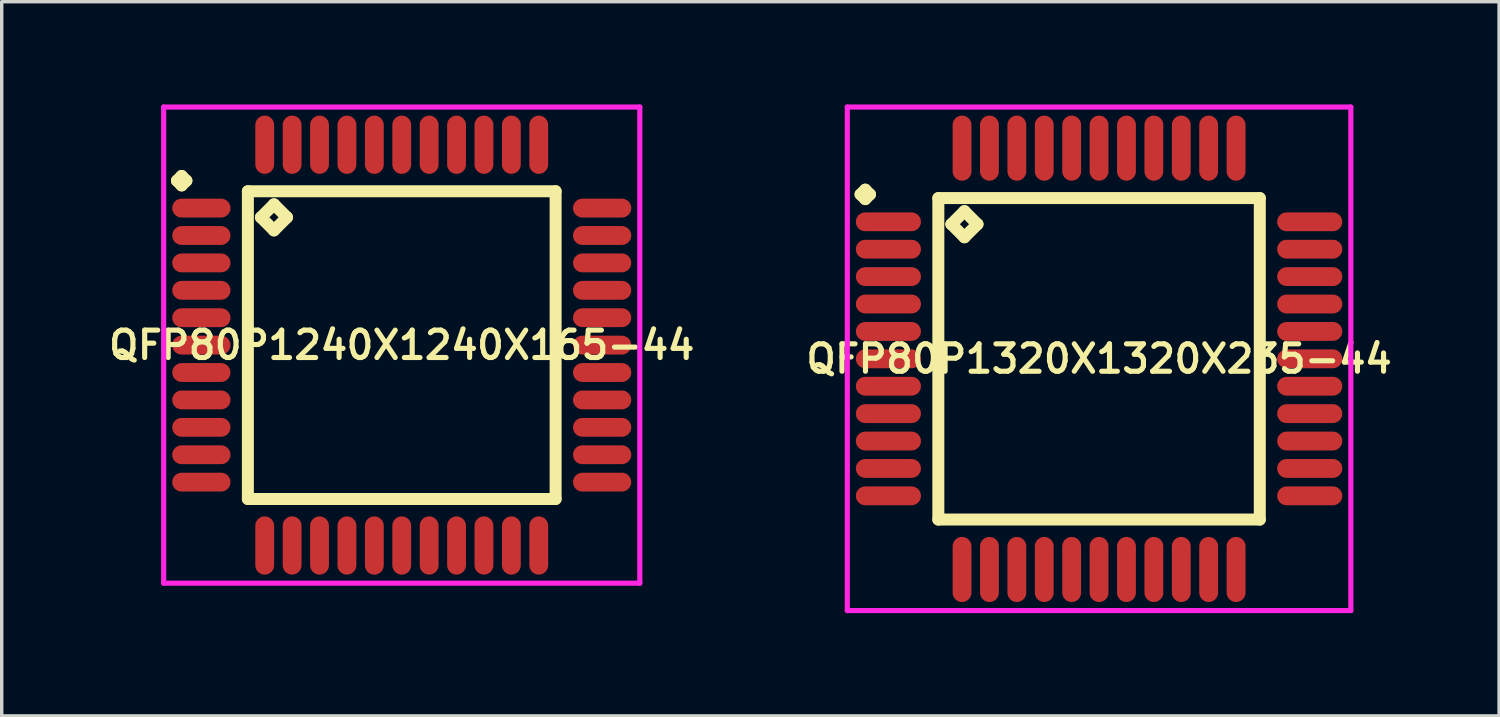
<source format=kicad_pcb>
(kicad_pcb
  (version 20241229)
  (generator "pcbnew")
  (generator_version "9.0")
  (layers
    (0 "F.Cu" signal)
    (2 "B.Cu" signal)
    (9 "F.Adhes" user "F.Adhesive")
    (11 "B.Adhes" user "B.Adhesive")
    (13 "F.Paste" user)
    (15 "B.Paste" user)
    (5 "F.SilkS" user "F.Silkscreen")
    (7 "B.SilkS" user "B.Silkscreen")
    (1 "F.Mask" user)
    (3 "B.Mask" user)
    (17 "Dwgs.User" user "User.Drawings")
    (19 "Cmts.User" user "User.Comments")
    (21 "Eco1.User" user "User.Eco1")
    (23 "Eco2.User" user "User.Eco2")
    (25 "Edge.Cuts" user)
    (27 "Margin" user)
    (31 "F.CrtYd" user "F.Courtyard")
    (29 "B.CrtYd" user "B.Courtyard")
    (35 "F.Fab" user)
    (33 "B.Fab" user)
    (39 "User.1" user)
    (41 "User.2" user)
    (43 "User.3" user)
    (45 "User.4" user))
  (footprint "QFP80P1320X1320X235-44"
    (layer "F.Cu")
    (at 29.035 7.425)
    (property "Reference" "QFP80P1320X1320X235-44" (at 0 0 0) (layer "F.SilkS") (effects (font (size 0.8 0.8) (thickness 0.15))))
    (attr smd)
    (fp_line (start -6.963 -4.8) (end -6.825 -4.938) (stroke (width 0.35) (type solid)) (layer "F.SilkS"))
    (fp_line (start -6.825 -4.938) (end -6.688 -4.8) (stroke (width 0.35) (type solid)) (layer "F.SilkS"))
    (fp_line (start -6.825 -4.662) (end -6.963 -4.8) (stroke (width 0.35) (type solid)) (layer "F.SilkS"))
    (fp_line (start -6.688 -4.8) (end -6.825 -4.662) (stroke (width 0.35) (type solid)) (layer "F.SilkS"))
    (fp_line (start -4.692 -4.692) (end -4.692 4.692) (stroke (width 0.35) (type solid)) (layer "F.SilkS"))
    (fp_line (start -4.692 4.692) (end 4.692 4.692) (stroke (width 0.35) (type solid)) (layer "F.SilkS"))
    (fp_line (start -4.311 -3.93) (end -3.93 -4.311) (stroke (width 0.35) (type solid)) (layer "F.SilkS"))
    (fp_line (start -3.93 -4.311) (end -3.549 -3.93) (stroke (width 0.35) (type solid)) (layer "F.SilkS"))
    (fp_line (start -3.93 -3.549) (end -4.311 -3.93) (stroke (width 0.35) (type solid)) (layer "F.SilkS"))
    (fp_line (start -3.549 -3.93) (end -3.93 -3.549) (stroke (width 0.35) (type solid)) (layer "F.SilkS"))
    (fp_line (start 4.692 -4.692) (end -4.692 -4.692) (stroke (width 0.35) (type solid)) (layer "F.SilkS"))
    (fp_line (start 4.692 4.692) (end 4.692 -4.692) (stroke (width 0.35) (type solid)) (layer "F.SilkS"))
    (fp_line (start -7.35 -7.35) (end 7.35 -7.35) (stroke (width 0.15) (type solid)) (layer "F.CrtYd"))
    (fp_line (start -7.35 7.35) (end -7.35 -7.35) (stroke (width 0.15) (type solid)) (layer "F.CrtYd"))
    (fp_line (start 7.35 -7.35) (end 7.35 7.35) (stroke (width 0.15) (type solid)) (layer "F.CrtYd"))
    (fp_line (start 7.35 7.35) (end -7.35 7.35) (stroke (width 0.15) (type solid)) (layer "F.CrtYd"))
    (pad "1" smd oval (at -6.15 -4) (size 1.9 0.55) (layers "F.Cu" "F.Mask" "F.Paste"))
    (pad "2" smd oval (at -6.15 -3.2) (size 1.9 0.55) (layers "F.Cu" "F.Mask" "F.Paste"))
    (pad "3" smd oval (at -6.15 -2.4) (size 1.9 0.55) (layers "F.Cu" "F.Mask" "F.Paste"))
    (pad "4" smd oval (at -6.15 -1.6) (size 1.9 0.55) (layers "F.Cu" "F.Mask" "F.Paste"))
    (pad "5" smd oval (at -6.15 -0.8) (size 1.9 0.55) (layers "F.Cu" "F.Mask" "F.Paste"))
    (pad "6" smd oval (at -6.15 0) (size 1.9 0.55) (layers "F.Cu" "F.Mask" "F.Paste"))
    (pad "7" smd oval (at -6.15 0.8) (size 1.9 0.55) (layers "F.Cu" "F.Mask" "F.Paste"))
    (pad "8" smd oval (at -6.15 1.6) (size 1.9 0.55) (layers "F.Cu" "F.Mask" "F.Paste"))
    (pad "9" smd oval (at -6.15 2.4) (size 1.9 0.55) (layers "F.Cu" "F.Mask" "F.Paste"))
    (pad "10" smd oval (at -6.15 3.2) (size 1.9 0.55) (layers "F.Cu" "F.Mask" "F.Paste"))
    (pad "11" smd oval (at -6.15 4) (size 1.9 0.55) (layers "F.Cu" "F.Mask" "F.Paste"))
    (pad "12" smd oval (at -4 6.15) (size 0.55 1.9) (layers "F.Cu" "F.Mask" "F.Paste"))
    (pad "13" smd oval (at -3.2 6.15) (size 0.55 1.9) (layers "F.Cu" "F.Mask" "F.Paste"))
    (pad "14" smd oval (at -2.4 6.15) (size 0.55 1.9) (layers "F.Cu" "F.Mask" "F.Paste"))
    (pad "15" smd oval (at -1.6 6.15) (size 0.55 1.9) (layers "F.Cu" "F.Mask" "F.Paste"))
    (pad "16" smd oval (at -0.8 6.15) (size 0.55 1.9) (layers "F.Cu" "F.Mask" "F.Paste"))
    (pad "17" smd oval (at 0 6.15) (size 0.55 1.9) (layers "F.Cu" "F.Mask" "F.Paste"))
    (pad "18" smd oval (at 0.8 6.15) (size 0.55 1.9) (layers "F.Cu" "F.Mask" "F.Paste"))
    (pad "19" smd oval (at 1.6 6.15) (size 0.55 1.9) (layers "F.Cu" "F.Mask" "F.Paste"))
    (pad "20" smd oval (at 2.4 6.15) (size 0.55 1.9) (layers "F.Cu" "F.Mask" "F.Paste"))
    (pad "21" smd oval (at 3.2 6.15) (size 0.55 1.9) (layers "F.Cu" "F.Mask" "F.Paste"))
    (pad "22" smd oval (at 4 6.15) (size 0.55 1.9) (layers "F.Cu" "F.Mask" "F.Paste"))
    (pad "23" smd oval (at 6.15 4) (size 1.9 0.55) (layers "F.Cu" "F.Mask" "F.Paste"))
    (pad "24" smd oval (at 6.15 3.2) (size 1.9 0.55) (layers "F.Cu" "F.Mask" "F.Paste"))
    (pad "25" smd oval (at 6.15 2.4) (size 1.9 0.55) (layers "F.Cu" "F.Mask" "F.Paste"))
    (pad "26" smd oval (at 6.15 1.6) (size 1.9 0.55) (layers "F.Cu" "F.Mask" "F.Paste"))
    (pad "27" smd oval (at 6.15 0.8) (size 1.9 0.55) (layers "F.Cu" "F.Mask" "F.Paste"))
    (pad "28" smd oval (at 6.15 0) (size 1.9 0.55) (layers "F.Cu" "F.Mask" "F.Paste"))
    (pad "29" smd oval (at 6.15 -0.8) (size 1.9 0.55) (layers "F.Cu" "F.Mask" "F.Paste"))
    (pad "30" smd oval (at 6.15 -1.6) (size 1.9 0.55) (layers "F.Cu" "F.Mask" "F.Paste"))
    (pad "31" smd oval (at 6.15 -2.4) (size 1.9 0.55) (layers "F.Cu" "F.Mask" "F.Paste"))
    (pad "32" smd oval (at 6.15 -3.2) (size 1.9 0.55) (layers "F.Cu" "F.Mask" "F.Paste"))
    (pad "33" smd oval (at 6.15 -4) (size 1.9 0.55) (layers "F.Cu" "F.Mask" "F.Paste"))
    (pad "34" smd oval (at 4 -6.15) (size 0.55 1.9) (layers "F.Cu" "F.Mask" "F.Paste"))
    (pad "35" smd oval (at 3.2 -6.15) (size 0.55 1.9) (layers "F.Cu" "F.Mask" "F.Paste"))
    (pad "36" smd oval (at 2.4 -6.15) (size 0.55 1.9) (layers "F.Cu" "F.Mask" "F.Paste"))
    (pad "37" smd oval (at 1.6 -6.15) (size 0.55 1.9) (layers "F.Cu" "F.Mask" "F.Paste"))
    (pad "38" smd oval (at 0.8 -6.15) (size 0.55 1.9) (layers "F.Cu" "F.Mask" "F.Paste"))
    (pad "39" smd oval (at 0 -6.15) (size 0.55 1.9) (layers "F.Cu" "F.Mask" "F.Paste"))
    (pad "40" smd oval (at -0.8 -6.15) (size 0.55 1.9) (layers "F.Cu" "F.Mask" "F.Paste"))
    (pad "41" smd oval (at -1.6 -6.15) (size 0.55 1.9) (layers "F.Cu" "F.Mask" "F.Paste"))
    (pad "42" smd oval (at -2.4 -6.15) (size 0.55 1.9) (layers "F.Cu" "F.Mask" "F.Paste"))
    (pad "43" smd oval (at -3.2 -6.15) (size 0.55 1.9) (layers "F.Cu" "F.Mask" "F.Paste"))
    (pad "44" smd oval (at -4 -6.15) (size 0.55 1.9) (layers "F.Cu" "F.Mask" "F.Paste")))
  (footprint "QFP80P1240X1240X165-44"
    (layer "F.Cu")
    (at 8.678 7.025)
    (property "Reference" "QFP80P1240X1240X165-44" (at 0 0 0) (layer "F.SilkS") (effects (font (size 0.8 0.8) (thickness 0.15))))
    (attr smd)
    (fp_line (start -6.562 -4.8) (end -6.425 -4.938) (stroke (width 0.35) (type solid)) (layer "F.SilkS"))
    (fp_line (start -6.425 -4.938) (end -6.287 -4.8) (stroke (width 0.35) (type solid)) (layer "F.SilkS"))
    (fp_line (start -6.425 -4.662) (end -6.562 -4.8) (stroke (width 0.35) (type solid)) (layer "F.SilkS"))
    (fp_line (start -6.287 -4.8) (end -6.425 -4.662) (stroke (width 0.35) (type solid)) (layer "F.SilkS"))
    (fp_line (start -4.492 -4.492) (end -4.492 4.492) (stroke (width 0.35) (type solid)) (layer "F.SilkS"))
    (fp_line (start -4.492 4.492) (end 4.492 4.492) (stroke (width 0.35) (type solid)) (layer "F.SilkS"))
    (fp_line (start -4.111 -3.73) (end -3.73 -4.111) (stroke (width 0.35) (type solid)) (layer "F.SilkS"))
    (fp_line (start -3.73 -4.111) (end -3.349 -3.73) (stroke (width 0.35) (type solid)) (layer "F.SilkS"))
    (fp_line (start -3.73 -3.349) (end -4.111 -3.73) (stroke (width 0.35) (type solid)) (layer "F.SilkS"))
    (fp_line (start -3.349 -3.73) (end -3.73 -3.349) (stroke (width 0.35) (type solid)) (layer "F.SilkS"))
    (fp_line (start 4.492 -4.492) (end -4.492 -4.492) (stroke (width 0.35) (type solid)) (layer "F.SilkS"))
    (fp_line (start 4.492 4.492) (end 4.492 -4.492) (stroke (width 0.35) (type solid)) (layer "F.SilkS"))
    (fp_line (start -6.95 -6.95) (end 6.95 -6.95) (stroke (width 0.15) (type solid)) (layer "F.CrtYd"))
    (fp_line (start -6.95 6.95) (end -6.95 -6.95) (stroke (width 0.15) (type solid)) (layer "F.CrtYd"))
    (fp_line (start 6.95 -6.95) (end 6.95 6.95) (stroke (width 0.15) (type solid)) (layer "F.CrtYd"))
    (fp_line (start 6.95 6.95) (end -6.95 6.95) (stroke (width 0.15) (type solid)) (layer "F.CrtYd"))
    (pad "1" smd oval (at -5.85 -4) (size 1.7 0.55) (layers "F.Cu" "F.Mask" "F.Paste"))
    (pad "2" smd oval (at -5.85 -3.2) (size 1.7 0.55) (layers "F.Cu" "F.Mask" "F.Paste"))
    (pad "3" smd oval (at -5.85 -2.4) (size 1.7 0.55) (layers "F.Cu" "F.Mask" "F.Paste"))
    (pad "4" smd oval (at -5.85 -1.6) (size 1.7 0.55) (layers "F.Cu" "F.Mask" "F.Paste"))
    (pad "5" smd oval (at -5.85 -0.8) (size 1.7 0.55) (layers "F.Cu" "F.Mask" "F.Paste"))
    (pad "6" smd oval (at -5.85 0) (size 1.7 0.55) (layers "F.Cu" "F.Mask" "F.Paste"))
    (pad "7" smd oval (at -5.85 0.8) (size 1.7 0.55) (layers "F.Cu" "F.Mask" "F.Paste"))
    (pad "8" smd oval (at -5.85 1.6) (size 1.7 0.55) (layers "F.Cu" "F.Mask" "F.Paste"))
    (pad "9" smd oval (at -5.85 2.4) (size 1.7 0.55) (layers "F.Cu" "F.Mask" "F.Paste"))
    (pad "10" smd oval (at -5.85 3.2) (size 1.7 0.55) (layers "F.Cu" "F.Mask" "F.Paste"))
    (pad "11" smd oval (at -5.85 4) (size 1.7 0.55) (layers "F.Cu" "F.Mask" "F.Paste"))
    (pad "12" smd oval (at -4 5.85) (size 0.55 1.7) (layers "F.Cu" "F.Mask" "F.Paste"))
    (pad "13" smd oval (at -3.2 5.85) (size 0.55 1.7) (layers "F.Cu" "F.Mask" "F.Paste"))
    (pad "14" smd oval (at -2.4 5.85) (size 0.55 1.7) (layers "F.Cu" "F.Mask" "F.Paste"))
    (pad "15" smd oval (at -1.6 5.85) (size 0.55 1.7) (layers "F.Cu" "F.Mask" "F.Paste"))
    (pad "16" smd oval (at -0.8 5.85) (size 0.55 1.7) (layers "F.Cu" "F.Mask" "F.Paste"))
    (pad "17" smd oval (at 0 5.85) (size 0.55 1.7) (layers "F.Cu" "F.Mask" "F.Paste"))
    (pad "18" smd oval (at 0.8 5.85) (size 0.55 1.7) (layers "F.Cu" "F.Mask" "F.Paste"))
    (pad "19" smd oval (at 1.6 5.85) (size 0.55 1.7) (layers "F.Cu" "F.Mask" "F.Paste"))
    (pad "20" smd oval (at 2.4 5.85) (size 0.55 1.7) (layers "F.Cu" "F.Mask" "F.Paste"))
    (pad "21" smd oval (at 3.2 5.85) (size 0.55 1.7) (layers "F.Cu" "F.Mask" "F.Paste"))
    (pad "22" smd oval (at 4 5.85) (size 0.55 1.7) (layers "F.Cu" "F.Mask" "F.Paste"))
    (pad "23" smd oval (at 5.85 4) (size 1.7 0.55) (layers "F.Cu" "F.Mask" "F.Paste"))
    (pad "24" smd oval (at 5.85 3.2) (size 1.7 0.55) (layers "F.Cu" "F.Mask" "F.Paste"))
    (pad "25" smd oval (at 5.85 2.4) (size 1.7 0.55) (layers "F.Cu" "F.Mask" "F.Paste"))
    (pad "26" smd oval (at 5.85 1.6) (size 1.7 0.55) (layers "F.Cu" "F.Mask" "F.Paste"))
    (pad "27" smd oval (at 5.85 0.8) (size 1.7 0.55) (layers "F.Cu" "F.Mask" "F.Paste"))
    (pad "28" smd oval (at 5.85 0) (size 1.7 0.55) (layers "F.Cu" "F.Mask" "F.Paste"))
    (pad "29" smd oval (at 5.85 -0.8) (size 1.7 0.55) (layers "F.Cu" "F.Mask" "F.Paste"))
    (pad "30" smd oval (at 5.85 -1.6) (size 1.7 0.55) (layers "F.Cu" "F.Mask" "F.Paste"))
    (pad "31" smd oval (at 5.85 -2.4) (size 1.7 0.55) (layers "F.Cu" "F.Mask" "F.Paste"))
    (pad "32" smd oval (at 5.85 -3.2) (size 1.7 0.55) (layers "F.Cu" "F.Mask" "F.Paste"))
    (pad "33" smd oval (at 5.85 -4) (size 1.7 0.55) (layers "F.Cu" "F.Mask" "F.Paste"))
    (pad "34" smd oval (at 4 -5.85) (size 0.55 1.7) (layers "F.Cu" "F.Mask" "F.Paste"))
    (pad "35" smd oval (at 3.2 -5.85) (size 0.55 1.7) (layers "F.Cu" "F.Mask" "F.Paste"))
    (pad "36" smd oval (at 2.4 -5.85) (size 0.55 1.7) (layers "F.Cu" "F.Mask" "F.Paste"))
    (pad "37" smd oval (at 1.6 -5.85) (size 0.55 1.7) (layers "F.Cu" "F.Mask" "F.Paste"))
    (pad "38" smd oval (at 0.8 -5.85) (size 0.55 1.7) (layers "F.Cu" "F.Mask" "F.Paste"))
    (pad "39" smd oval (at 0 -5.85) (size 0.55 1.7) (layers "F.Cu" "F.Mask" "F.Paste"))
    (pad "40" smd oval (at -0.8 -5.85) (size 0.55 1.7) (layers "F.Cu" "F.Mask" "F.Paste"))
    (pad "41" smd oval (at -1.6 -5.85) (size 0.55 1.7) (layers "F.Cu" "F.Mask" "F.Paste"))
    (pad "42" smd oval (at -2.4 -5.85) (size 0.55 1.7) (layers "F.Cu" "F.Mask" "F.Paste"))
    (pad "43" smd oval (at -3.2 -5.85) (size 0.55 1.7) (layers "F.Cu" "F.Mask" "F.Paste"))
    (pad "44" smd oval (at -4 -5.85) (size 0.55 1.7) (layers "F.Cu" "F.Mask" "F.Paste")))
  (gr_rect
    (start -3 -3)
    (end 40.713 17.85)
    (stroke (width 0.1) (type default))
    (fill no)
    (layer "Edge.Cuts")))
</source>
